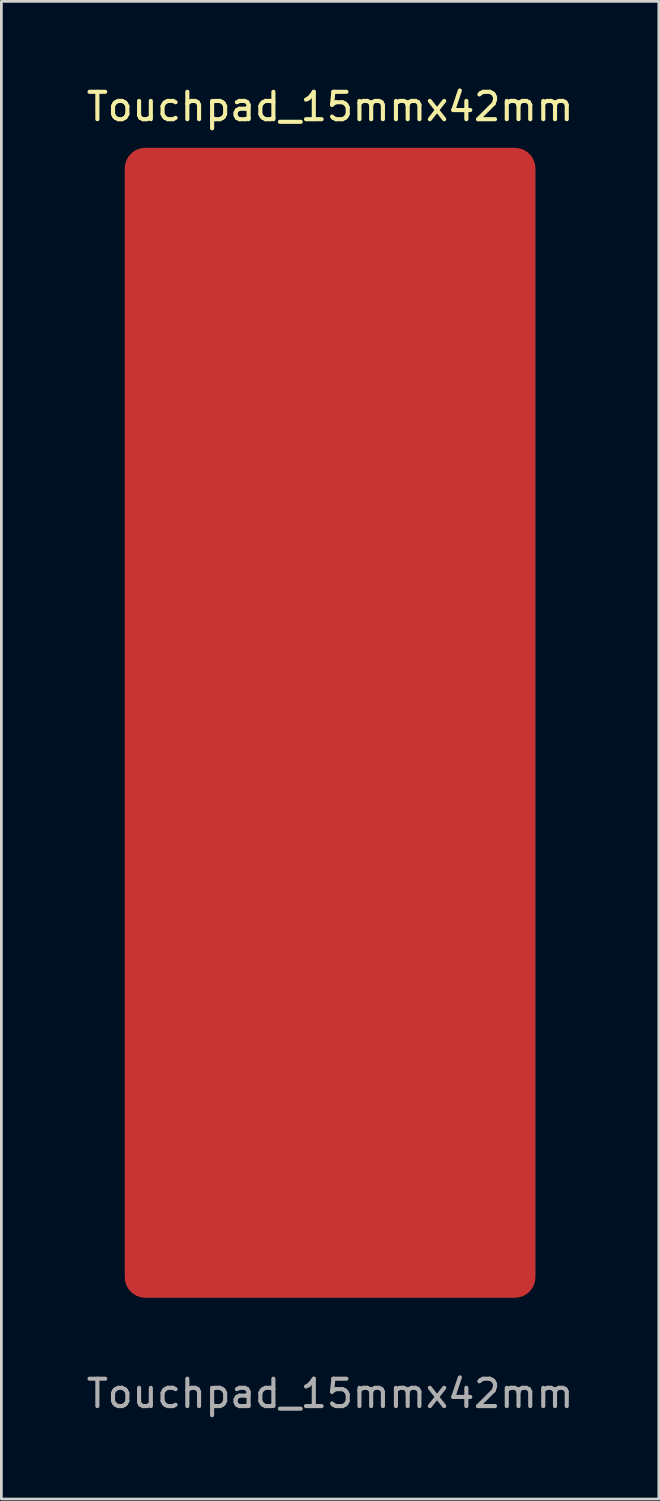
<source format=kicad_pcb>
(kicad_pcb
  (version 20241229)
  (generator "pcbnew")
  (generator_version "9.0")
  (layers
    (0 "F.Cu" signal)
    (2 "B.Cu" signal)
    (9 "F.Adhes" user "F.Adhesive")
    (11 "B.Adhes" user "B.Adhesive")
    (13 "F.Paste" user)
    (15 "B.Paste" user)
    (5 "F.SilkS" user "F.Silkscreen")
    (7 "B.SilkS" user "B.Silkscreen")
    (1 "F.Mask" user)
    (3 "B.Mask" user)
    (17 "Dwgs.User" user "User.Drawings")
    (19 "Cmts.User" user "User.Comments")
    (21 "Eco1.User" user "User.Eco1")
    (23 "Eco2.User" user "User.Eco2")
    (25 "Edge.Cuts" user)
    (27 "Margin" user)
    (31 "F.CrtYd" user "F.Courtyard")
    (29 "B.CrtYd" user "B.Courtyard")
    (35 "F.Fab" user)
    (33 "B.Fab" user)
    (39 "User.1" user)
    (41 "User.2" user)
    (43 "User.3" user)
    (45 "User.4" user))
  (footprint "Touchpad_15mmx42mm"
    (layer "F.Cu")
    (at 9.006 24.348)
    (property "Reference" "Touchpad_15mmx42mm" (at 0 -23.5 0) (unlocked yes) (layer "F.SilkS") (effects (font (size 1 1) (thickness 0.15))))
    (attr smd)
    (fp_text user "${REFERENCE}" (at 0 23.5 0) (unlocked yes) (layer "F.Fab") (effects (font (size 1 1) (thickness 0.15))))
    (pad "1" smd roundrect (at 0 -1) (size 15 42) (layers "F.Cu") (roundrect_rratio 0.05)))
  (gr_rect
    (start -3 -3)
    (end 21.012 51.697)
    (stroke (width 0.1) (type default))
    (fill no)
    (layer "Edge.Cuts")))
</source>
